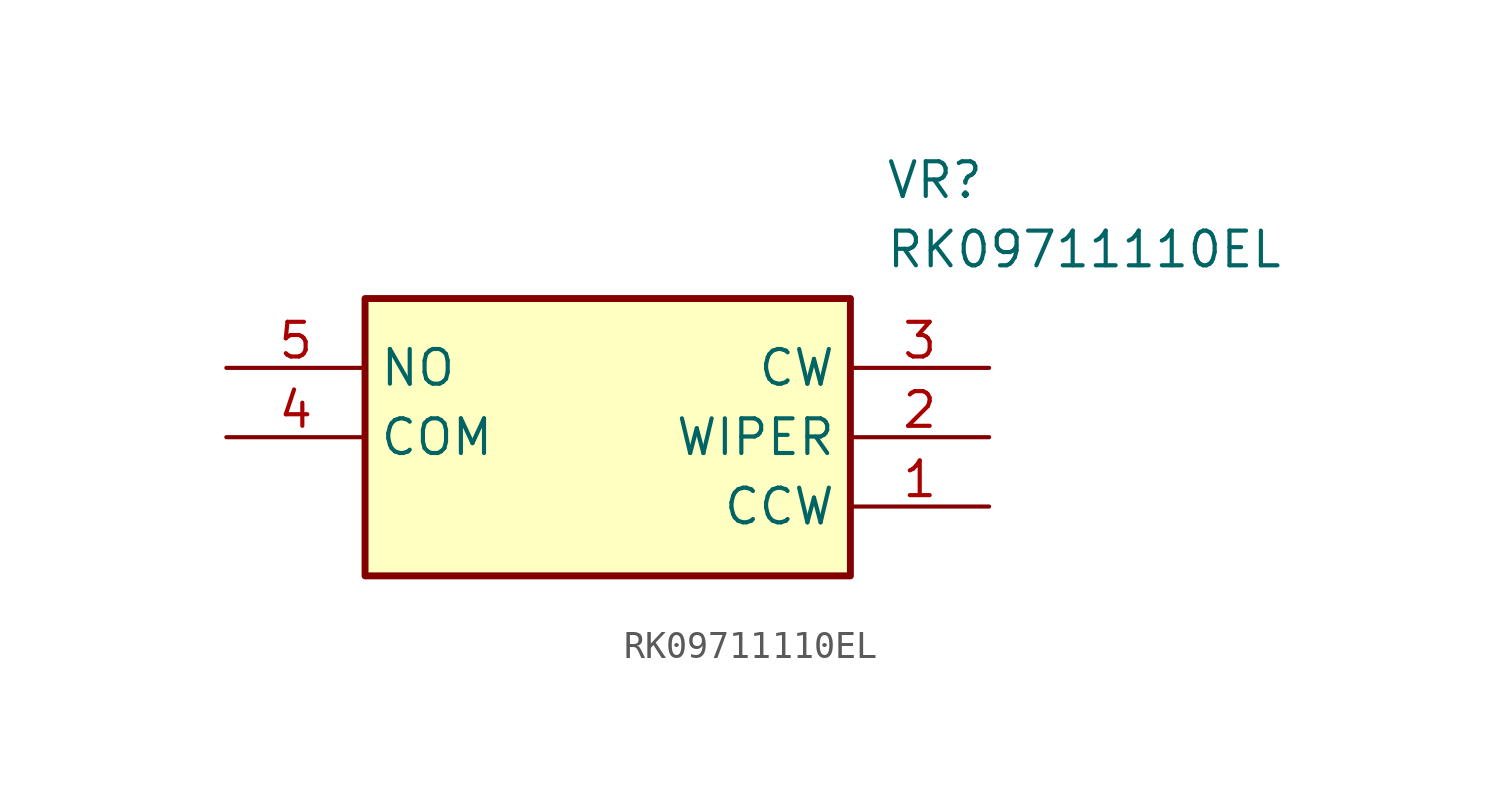
<source format=kicad_sym>
(kicad_symbol_lib
  (version 20211014)
  (generator SamacSys_ECAD_Model)
  (symbol "RK09711110EL"
    (property "Reference" "VR"
      (at 24.13 7.62 0)
      (effects (font (size 1.27 1.27)) (justify left top)))
    (property "Value" "RK09711110EL"
      (at 24.13 5.08 0)
      (effects (font (size 1.27 1.27)) (justify left top)))
    (rectangle
      (start 5.08 2.54)
      (end 22.86 -7.62)
      (stroke (width 0.254) (type default))
      (fill (type background)))
    (pin passive line
      (at 27.94 -5.08 180)
      (length 5.08)
      (name "CCW" (effects (font (size 1.27 1.27))))
      (number "1" (effects (font (size 1.27 1.27)))))
    (pin passive line
      (at 27.94 -2.54 180)
      (length 5.08)
      (name "WIPER" (effects (font (size 1.27 1.27))))
      (number "2" (effects (font (size 1.27 1.27)))))
    (pin passive line
      (at 27.94 0 180)
      (length 5.08)
      (name "CW" (effects (font (size 1.27 1.27))))
      (number "3" (effects (font (size 1.27 1.27)))))
    (pin passive line
      (at 0 -2.54 0)
      (length 5.08)
      (name "COM" (effects (font (size 1.27 1.27))))
      (number "4" (effects (font (size 1.27 1.27)))))
    (pin passive line
      (at 0 0 0)
      (length 5.08)
      (name "NO" (effects (font (size 1.27 1.27))))
      (number "5" (effects (font (size 1.27 1.27)))))))
</source>
